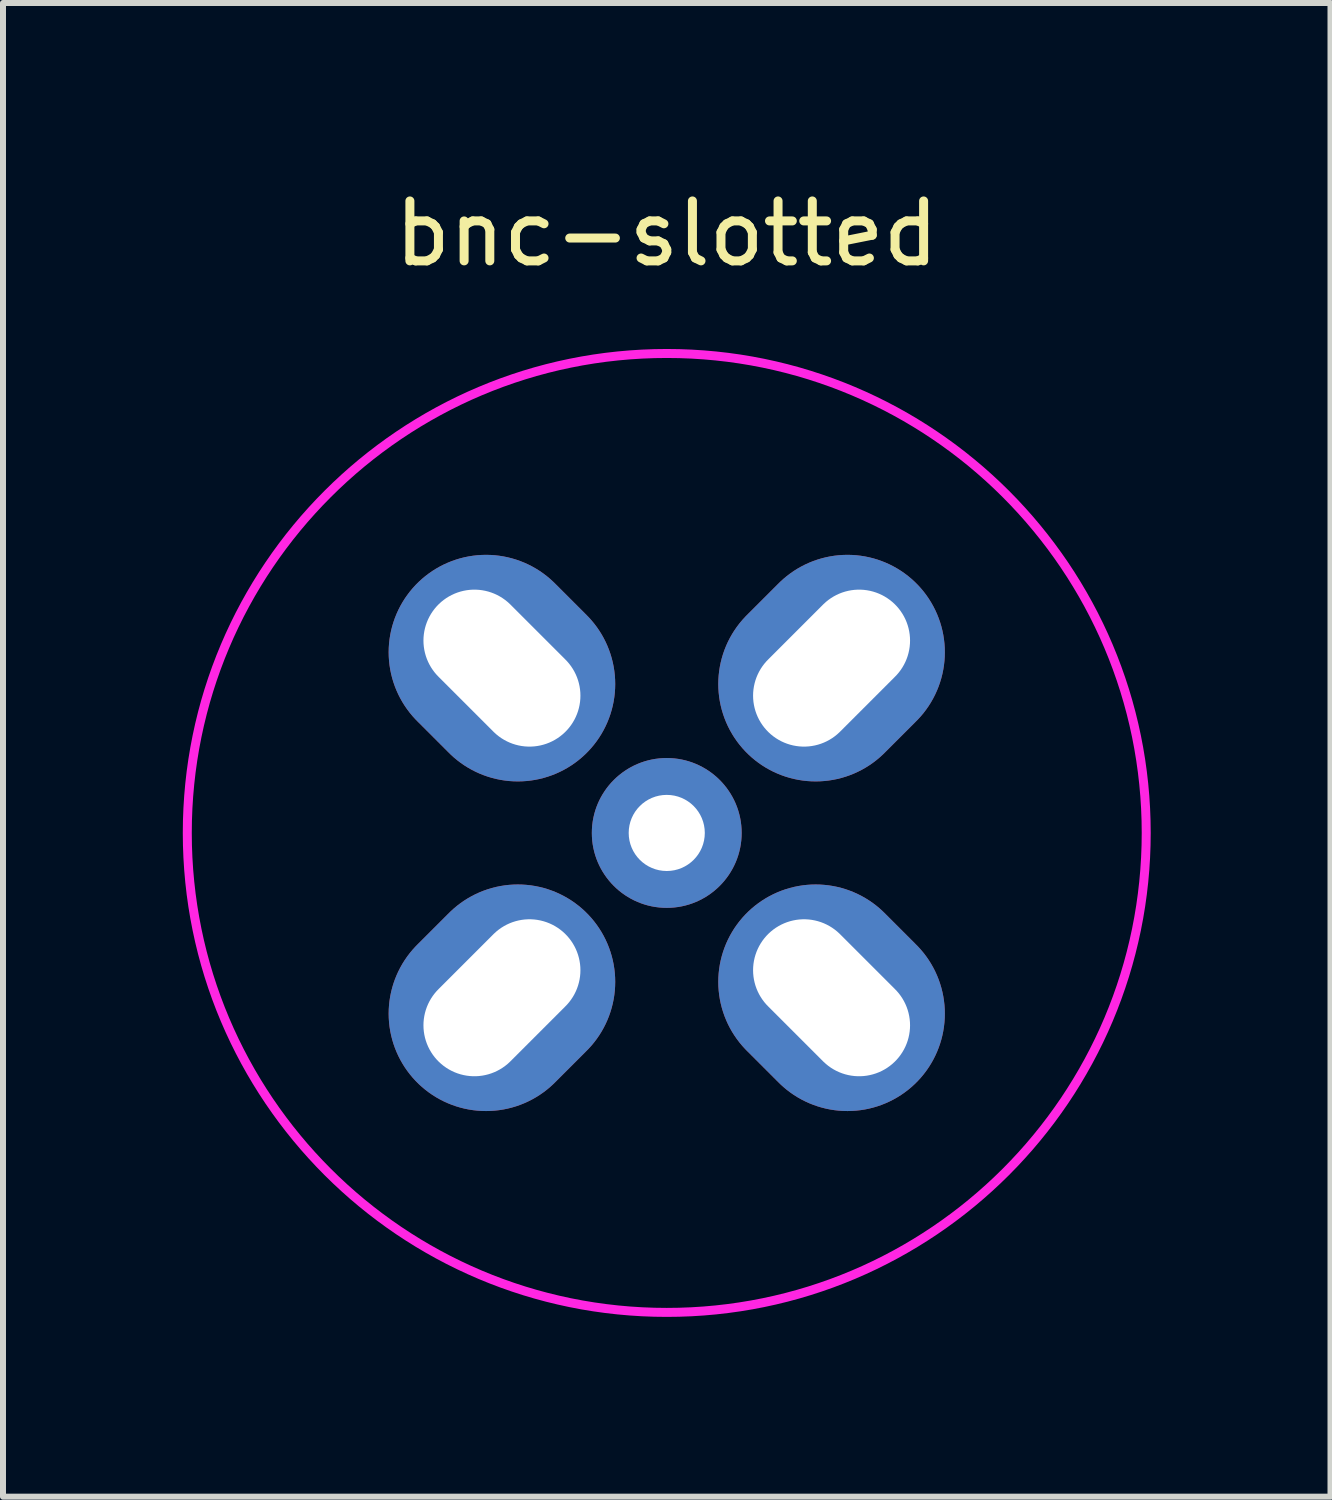
<source format=kicad_pcb>
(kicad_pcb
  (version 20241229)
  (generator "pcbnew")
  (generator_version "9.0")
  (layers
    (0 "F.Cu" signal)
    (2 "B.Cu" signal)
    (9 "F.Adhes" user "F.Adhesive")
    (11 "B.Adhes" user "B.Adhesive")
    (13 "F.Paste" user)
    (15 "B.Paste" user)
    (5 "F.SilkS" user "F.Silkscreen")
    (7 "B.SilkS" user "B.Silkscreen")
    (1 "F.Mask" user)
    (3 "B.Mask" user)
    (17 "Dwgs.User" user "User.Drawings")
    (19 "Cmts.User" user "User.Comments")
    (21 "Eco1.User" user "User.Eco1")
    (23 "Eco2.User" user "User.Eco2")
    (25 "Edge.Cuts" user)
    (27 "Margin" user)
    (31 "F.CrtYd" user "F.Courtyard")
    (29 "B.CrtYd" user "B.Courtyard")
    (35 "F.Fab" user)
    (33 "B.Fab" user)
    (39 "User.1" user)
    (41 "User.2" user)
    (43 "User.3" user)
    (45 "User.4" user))
  (footprint "bnc-slotted"
    (layer "F.Cu")
    (at 8.075 10.848)
    (property "Reference" "bnc-slotted" (at 0 -10 0) (layer "F.SilkS") (effects (font (size 1 1) (thickness 0.15))))
    (attr through_hole)
    (fp_circle (center 0 0) (end -8 0) (stroke (width 0.15) (type solid)) (fill no) (layer "F.CrtYd"))
    (pad "1" thru_hole circle (at 0 0) (size 2.5 2.5) (drill 1.27) (layers "*.Cu" "*.Mask"))
    (pad "2" thru_hole oval (at -2.75 -2.75 45) (size 3.25 4) (drill oval 1.7 3) (layers "*.Cu" "*.Mask"))
    (pad "2" thru_hole oval (at -2.75 2.75 315) (size 3.25 4) (drill oval 1.7 3) (layers "*.Cu" "*.Mask"))
    (pad "2" thru_hole oval (at 2.75 -2.75 315) (size 3.25 4) (drill oval 1.7 3) (layers "*.Cu" "*.Mask"))
    (pad "2" thru_hole oval (at 2.75 2.75 45) (size 3.25 4) (drill oval 1.7 3) (layers "*.Cu" "*.Mask")))
  (gr_rect
    (start -3 -3)
    (end 19.15 21.923)
    (stroke (width 0.1) (type default))
    (fill no)
    (layer "Edge.Cuts")))
</source>
